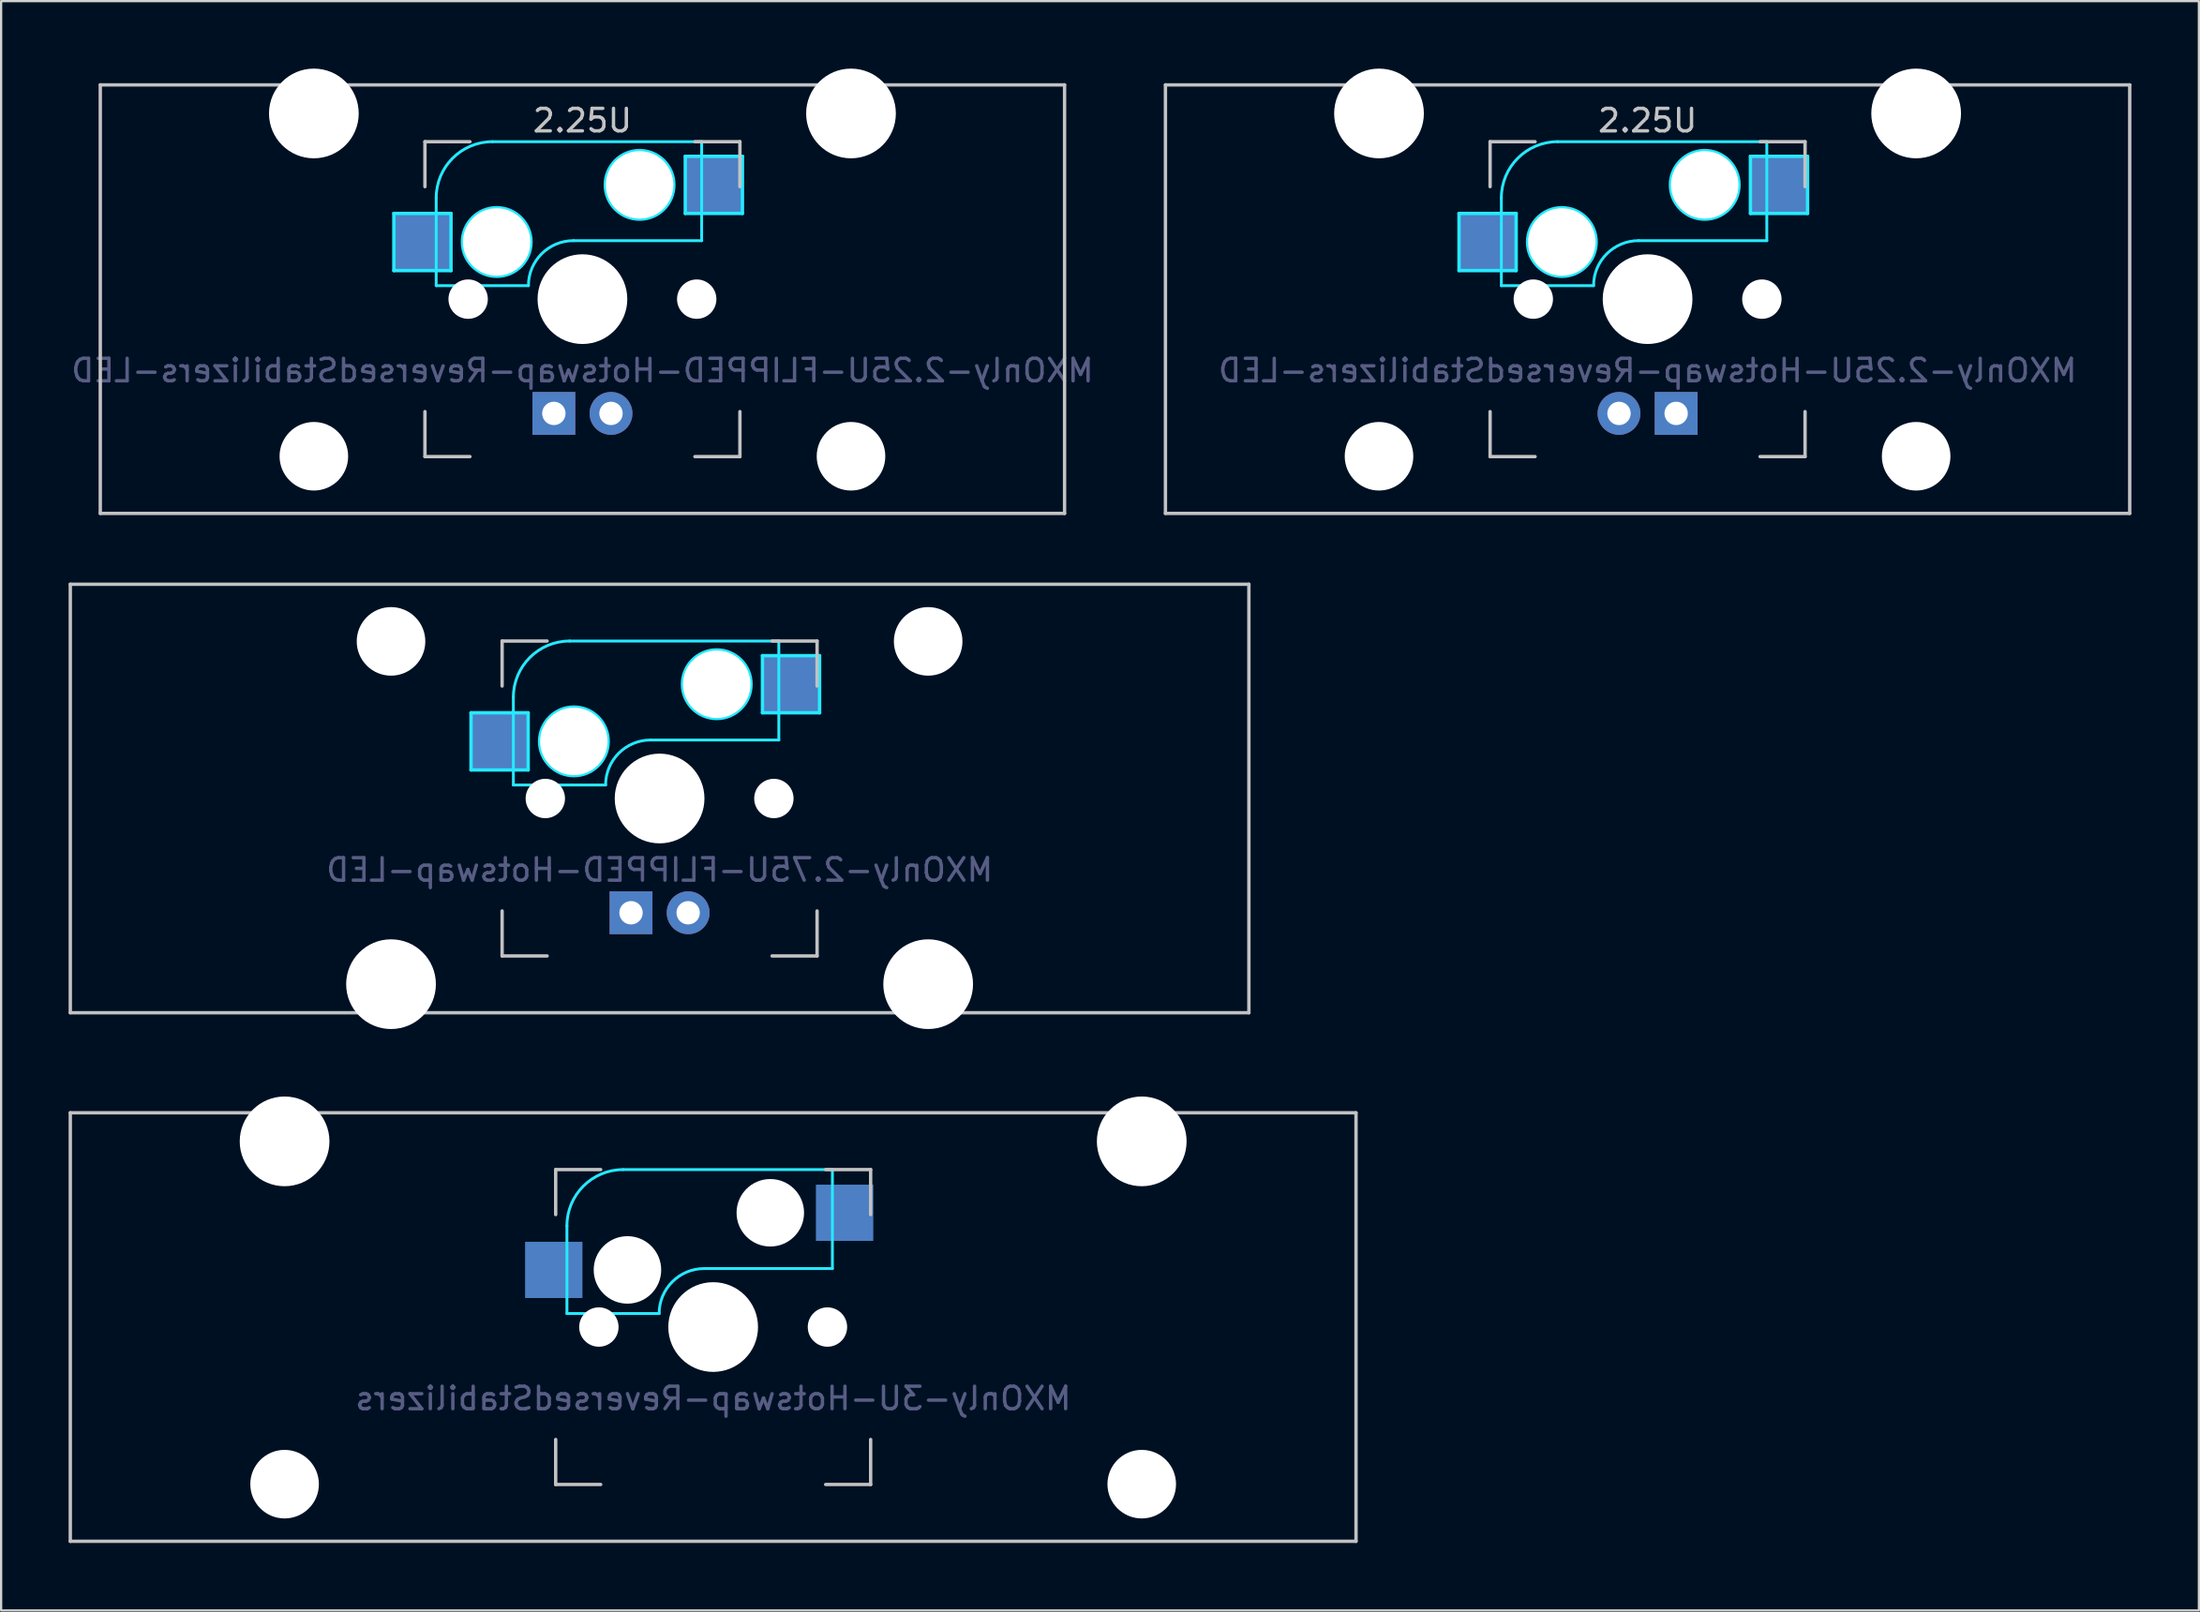
<source format=kicad_pcb>
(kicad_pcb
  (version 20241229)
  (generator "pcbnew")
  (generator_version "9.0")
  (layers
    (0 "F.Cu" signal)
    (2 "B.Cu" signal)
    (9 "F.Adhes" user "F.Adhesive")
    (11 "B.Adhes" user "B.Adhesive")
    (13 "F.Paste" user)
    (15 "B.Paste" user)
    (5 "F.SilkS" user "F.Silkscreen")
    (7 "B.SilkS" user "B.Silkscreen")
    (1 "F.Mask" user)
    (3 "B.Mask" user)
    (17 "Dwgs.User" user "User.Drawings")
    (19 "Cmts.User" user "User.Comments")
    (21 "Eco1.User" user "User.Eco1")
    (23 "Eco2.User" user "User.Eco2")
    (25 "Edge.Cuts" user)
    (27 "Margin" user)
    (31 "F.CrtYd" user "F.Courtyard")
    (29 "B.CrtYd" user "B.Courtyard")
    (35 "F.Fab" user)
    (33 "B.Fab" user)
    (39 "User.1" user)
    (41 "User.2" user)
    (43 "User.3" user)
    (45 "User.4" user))
  (footprint "MXOnly-2.25U-Hotswap-ReversedStabilizers-LED"
    (layer "F.Cu")
    (at 70.185 10.249)
    (property "Reference" "MXOnly-2.25U-Hotswap-ReversedStabilizers-LED" (at 0 3.175 0) (layer "B.Fab") (effects (font (size 1 1) (thickness 0.15)) (justify mirror)))
    (attr through_hole)
    (fp_line (start -21.431 -9.525) (end 21.431 -9.525) (stroke (width 0.15) (type solid)) (layer "Dwgs.User"))
    (fp_line (start -21.431 9.525) (end -21.431 -9.525) (stroke (width 0.15) (type solid)) (layer "Dwgs.User"))
    (fp_line (start -7 -7) (end -7 -5) (stroke (width 0.15) (type solid)) (layer "Dwgs.User"))
    (fp_line (start -7 5) (end -7 7) (stroke (width 0.15) (type solid)) (layer "Dwgs.User"))
    (fp_line (start -7 7) (end -5 7) (stroke (width 0.15) (type solid)) (layer "Dwgs.User"))
    (fp_line (start -5 -7) (end -7 -7) (stroke (width 0.15) (type solid)) (layer "Dwgs.User"))
    (fp_line (start 5 -7) (end 7 -7) (stroke (width 0.15) (type solid)) (layer "Dwgs.User"))
    (fp_line (start 5 7) (end 7 7) (stroke (width 0.15) (type solid)) (layer "Dwgs.User"))
    (fp_line (start 7 -7) (end 7 -5) (stroke (width 0.15) (type solid)) (layer "Dwgs.User"))
    (fp_line (start 7 7) (end 7 5) (stroke (width 0.15) (type solid)) (layer "Dwgs.User"))
    (fp_line (start 21.431 -9.525) (end 21.431 9.525) (stroke (width 0.15) (type solid)) (layer "Dwgs.User"))
    (fp_line (start 21.431 9.525) (end -21.431 9.525) (stroke (width 0.15) (type solid)) (layer "Dwgs.User"))
    (fp_line (start -8.382 -3.81) (end -5.842 -3.81) (stroke (width 0.15) (type solid)) (layer "B.CrtYd"))
    (fp_line (start -8.382 -1.27) (end -8.382 -3.81) (stroke (width 0.15) (type solid)) (layer "B.CrtYd"))
    (fp_line (start -6.5 -4.5) (end -6.5 -0.6) (stroke (width 0.127) (type solid)) (layer "B.CrtYd"))
    (fp_line (start -6.5 -0.6) (end -2.4 -0.6) (stroke (width 0.127) (type solid)) (layer "B.CrtYd"))
    (fp_line (start -5.842 -3.81) (end -5.842 -1.27) (stroke (width 0.15) (type solid)) (layer "B.CrtYd"))
    (fp_line (start -5.842 -1.27) (end -8.382 -1.27) (stroke (width 0.15) (type solid)) (layer "B.CrtYd"))
    (fp_line (start -0.4 -2.6) (end 5.3 -2.6) (stroke (width 0.127) (type solid)) (layer "B.CrtYd"))
    (fp_line (start 4.572 -6.35) (end 7.112 -6.35) (stroke (width 0.15) (type solid)) (layer "B.CrtYd"))
    (fp_line (start 4.572 -3.81) (end 4.572 -6.35) (stroke (width 0.15) (type solid)) (layer "B.CrtYd"))
    (fp_line (start 5.3 -7) (end -4 -7) (stroke (width 0.127) (type solid)) (layer "B.CrtYd"))
    (fp_line (start 5.3 -7) (end 5.3 -2.6) (stroke (width 0.127) (type solid)) (layer "B.CrtYd"))
    (fp_line (start 7.112 -6.35) (end 7.112 -3.81) (stroke (width 0.15) (type solid)) (layer "B.CrtYd"))
    (fp_line (start 7.112 -3.81) (end 4.572 -3.81) (stroke (width 0.15) (type solid)) (layer "B.CrtYd"))
    (fp_arc (start -6.5 -4.5) (mid -5.767767 -6.267767) (end -4 -7) (stroke (width 0.127) (type solid)) (layer "B.CrtYd"))
    (fp_arc (start -2.4 -0.6) (mid -1.814214 -2.014214) (end -0.4 -2.6) (stroke (width 0.127) (type solid)) (layer "B.CrtYd"))
    (fp_circle (center -3.81 -2.54) (end -3.81 -4.064) (stroke (width 0.15) (type solid)) (fill no) (layer "B.CrtYd"))
    (fp_circle (center 2.54 -5.08) (end 2.54 -6.604) (stroke (width 0.15) (type solid)) (fill no) (layer "B.CrtYd"))
    (fp_text user "2.25U" (at 0 -7.938 0) (layer "Dwgs.User") (effects (font (size 1 1) (thickness 0.15))))
    (pad "" np_thru_hole circle (at -11.938 -8.255) (size 3.988 3.988) (drill 3.988) (layers "*.Cu" "*.Mask"))
    (pad "" np_thru_hole circle (at -11.938 6.985) (size 3.048 3.048) (drill 3.048) (layers "*.Cu" "*.Mask"))
    (pad "" np_thru_hole circle (at -5.08 0 48.1) (size 1.75 1.75) (drill 1.75) (layers "*.Cu" "*.Mask"))
    (pad "" np_thru_hole circle (at -3.81 -2.54) (size 3 3) (drill 3) (layers "*.Cu" "*.Mask"))
    (pad "" np_thru_hole circle (at 0 0) (size 3.988 3.988) (drill 3.988) (layers "*.Cu" "*.Mask"))
    (pad "" np_thru_hole circle (at 2.54 -5.08) (size 3 3) (drill 3) (layers "*.Cu" "*.Mask"))
    (pad "" np_thru_hole circle (at 5.08 0 48.1) (size 1.75 1.75) (drill 1.75) (layers "*.Cu" "*.Mask"))
    (pad "" np_thru_hole circle (at 11.938 -8.255) (size 3.988 3.988) (drill 3.988) (layers "*.Cu" "*.Mask"))
    (pad "" np_thru_hole circle (at 11.938 6.985) (size 3.048 3.048) (drill 3.048) (layers "*.Cu" "*.Mask"))
    (pad "1" smd rect (at -7.085 -2.54) (size 2.55 2.5) (layers "B.Cu" "B.Mask" "B.Paste"))
    (pad "2" smd rect (at 5.842 -5.08) (size 2.55 2.5) (layers "B.Cu" "B.Mask" "B.Paste"))
    (pad "3" thru_hole circle (at -1.27 5.08) (size 1.905 1.905) (drill 1.04) (layers "*.Cu" "B.Mask"))
    (pad "4" thru_hole rect (at 1.27 5.08) (size 1.905 1.905) (drill 1.04) (layers "*.Cu" "B.Mask")))
  (footprint "MXOnly-2.25U-FLIPPED-Hotswap-ReversedStabilizers-LED"
    (layer "F.Cu")
    (at 22.839 10.249)
    (property "Reference" "MXOnly-2.25U-FLIPPED-Hotswap-ReversedStabilizers-LED" (at 0 3.175 0) (layer "B.Fab") (effects (font (size 1 1) (thickness 0.15)) (justify mirror)))
    (attr smd)
    (fp_line (start -21.431 -9.525) (end 21.431 -9.525) (stroke (width 0.15) (type solid)) (layer "Dwgs.User"))
    (fp_line (start -21.431 9.525) (end -21.431 -9.525) (stroke (width 0.15) (type solid)) (layer "Dwgs.User"))
    (fp_line (start -7 -7) (end -7 -5) (stroke (width 0.15) (type solid)) (layer "Dwgs.User"))
    (fp_line (start -7 5) (end -7 7) (stroke (width 0.15) (type solid)) (layer "Dwgs.User"))
    (fp_line (start -7 7) (end -5 7) (stroke (width 0.15) (type solid)) (layer "Dwgs.User"))
    (fp_line (start -5 -7) (end -7 -7) (stroke (width 0.15) (type solid)) (layer "Dwgs.User"))
    (fp_line (start 5 -7) (end 7 -7) (stroke (width 0.15) (type solid)) (layer "Dwgs.User"))
    (fp_line (start 5 7) (end 7 7) (stroke (width 0.15) (type solid)) (layer "Dwgs.User"))
    (fp_line (start 7 -7) (end 7 -5) (stroke (width 0.15) (type solid)) (layer "Dwgs.User"))
    (fp_line (start 7 7) (end 7 5) (stroke (width 0.15) (type solid)) (layer "Dwgs.User"))
    (fp_line (start 21.431 -9.525) (end 21.431 9.525) (stroke (width 0.15) (type solid)) (layer "Dwgs.User"))
    (fp_line (start 21.431 9.525) (end -21.431 9.525) (stroke (width 0.15) (type solid)) (layer "Dwgs.User"))
    (fp_line (start -8.382 -3.81) (end -5.842 -3.81) (stroke (width 0.15) (type solid)) (layer "B.CrtYd"))
    (fp_line (start -8.382 -1.27) (end -8.382 -3.81) (stroke (width 0.15) (type solid)) (layer "B.CrtYd"))
    (fp_line (start -6.5 -4.5) (end -6.5 -0.6) (stroke (width 0.127) (type solid)) (layer "B.CrtYd"))
    (fp_line (start -6.5 -0.6) (end -2.4 -0.6) (stroke (width 0.127) (type solid)) (layer "B.CrtYd"))
    (fp_line (start -5.842 -3.81) (end -5.842 -1.27) (stroke (width 0.15) (type solid)) (layer "B.CrtYd"))
    (fp_line (start -5.842 -1.27) (end -8.382 -1.27) (stroke (width 0.15) (type solid)) (layer "B.CrtYd"))
    (fp_line (start -0.4 -2.6) (end 5.3 -2.6) (stroke (width 0.127) (type solid)) (layer "B.CrtYd"))
    (fp_line (start 4.572 -6.35) (end 7.112 -6.35) (stroke (width 0.15) (type solid)) (layer "B.CrtYd"))
    (fp_line (start 4.572 -3.81) (end 4.572 -6.35) (stroke (width 0.15) (type solid)) (layer "B.CrtYd"))
    (fp_line (start 5.3 -7) (end -4 -7) (stroke (width 0.127) (type solid)) (layer "B.CrtYd"))
    (fp_line (start 5.3 -7) (end 5.3 -2.6) (stroke (width 0.127) (type solid)) (layer "B.CrtYd"))
    (fp_line (start 7.112 -6.35) (end 7.112 -3.81) (stroke (width 0.15) (type solid)) (layer "B.CrtYd"))
    (fp_line (start 7.112 -3.81) (end 4.572 -3.81) (stroke (width 0.15) (type solid)) (layer "B.CrtYd"))
    (fp_arc (start -6.5 -4.5) (mid -5.767767 -6.267767) (end -4 -7) (stroke (width 0.127) (type solid)) (layer "B.CrtYd"))
    (fp_arc (start -2.4 -0.6) (mid -1.814214 -2.014214) (end -0.4 -2.6) (stroke (width 0.127) (type solid)) (layer "B.CrtYd"))
    (fp_circle (center -3.81 -2.54) (end -3.81 -4.064) (stroke (width 0.15) (type solid)) (fill no) (layer "B.CrtYd"))
    (fp_circle (center 2.54 -5.08) (end 2.54 -6.604) (stroke (width 0.15) (type solid)) (fill no) (layer "B.CrtYd"))
    (fp_text user "2.25U" (at 0 -7.938 0) (layer "Dwgs.User") (effects (font (size 1 1) (thickness 0.15))))
    (pad "" np_thru_hole circle (at -11.938 -8.255) (size 3.988 3.988) (drill 3.988) (layers "*.Cu" "*.Mask"))
    (pad "" np_thru_hole circle (at -11.938 6.985) (size 3.048 3.048) (drill 3.048) (layers "*.Cu" "*.Mask"))
    (pad "" np_thru_hole circle (at -5.08 0 48.1) (size 1.75 1.75) (drill 1.75) (layers "*.Cu" "*.Mask"))
    (pad "" np_thru_hole circle (at -3.81 -2.54) (size 3 3) (drill 3) (layers "*.Cu" "*.Mask"))
    (pad "" np_thru_hole circle (at 0 0) (size 3.988 3.988) (drill 3.988) (layers "*.Cu" "*.Mask"))
    (pad "" np_thru_hole circle (at 2.54 -5.08) (size 3 3) (drill 3) (layers "*.Cu" "*.Mask"))
    (pad "" np_thru_hole circle (at 5.08 0 48.1) (size 1.75 1.75) (drill 1.75) (layers "*.Cu" "*.Mask"))
    (pad "" np_thru_hole circle (at 11.938 -8.255) (size 3.988 3.988) (drill 3.988) (layers "*.Cu" "*.Mask"))
    (pad "" np_thru_hole circle (at 11.938 6.985) (size 3.048 3.048) (drill 3.048) (layers "*.Cu" "*.Mask"))
    (pad "1" smd rect (at -7.085 -2.54) (size 2.55 2.5) (layers "B.Cu" "B.Mask" "B.Paste"))
    (pad "2" smd rect (at 5.842 -5.08) (size 2.55 2.5) (layers "B.Cu" "B.Mask" "B.Paste"))
    (pad "3" thru_hole circle (at 1.27 5.08) (size 1.905 1.905) (drill 1.04) (layers "*.Cu" "B.Mask"))
    (pad "4" thru_hole rect (at -1.27 5.08) (size 1.905 1.905) (drill 1.04) (layers "*.Cu" "B.Mask")))
  (footprint "MXOnly-2.75U-FLIPPED-Hotswap-LED"
    (layer "F.Cu")
    (at 26.269 32.449)
    (property "Reference" "MXOnly-2.75U-FLIPPED-Hotswap-LED" (at 0 3.175 0) (layer "B.Fab") (effects (font (size 1 1) (thickness 0.15)) (justify mirror)))
    (attr smd)
    (fp_line (start -26.194 -9.525) (end 26.194 -9.525) (stroke (width 0.15) (type solid)) (layer "Dwgs.User"))
    (fp_line (start -26.194 9.525) (end -26.194 -9.525) (stroke (width 0.15) (type solid)) (layer "Dwgs.User"))
    (fp_line (start -7 -7) (end -7 -5) (stroke (width 0.15) (type solid)) (layer "Dwgs.User"))
    (fp_line (start -7 5) (end -7 7) (stroke (width 0.15) (type solid)) (layer "Dwgs.User"))
    (fp_line (start -7 7) (end -5 7) (stroke (width 0.15) (type solid)) (layer "Dwgs.User"))
    (fp_line (start -5 -7) (end -7 -7) (stroke (width 0.15) (type solid)) (layer "Dwgs.User"))
    (fp_line (start 5 -7) (end 7 -7) (stroke (width 0.15) (type solid)) (layer "Dwgs.User"))
    (fp_line (start 5 7) (end 7 7) (stroke (width 0.15) (type solid)) (layer "Dwgs.User"))
    (fp_line (start 7 -7) (end 7 -5) (stroke (width 0.15) (type solid)) (layer "Dwgs.User"))
    (fp_line (start 7 7) (end 7 5) (stroke (width 0.15) (type solid)) (layer "Dwgs.User"))
    (fp_line (start 26.194 -9.525) (end 26.194 9.525) (stroke (width 0.15) (type solid)) (layer "Dwgs.User"))
    (fp_line (start 26.194 9.525) (end -26.194 9.525) (stroke (width 0.15) (type solid)) (layer "Dwgs.User"))
    (fp_line (start -8.382 -3.81) (end -5.842 -3.81) (stroke (width 0.15) (type solid)) (layer "B.CrtYd"))
    (fp_line (start -8.382 -1.27) (end -8.382 -3.81) (stroke (width 0.15) (type solid)) (layer "B.CrtYd"))
    (fp_line (start -6.5 -4.5) (end -6.5 -0.6) (stroke (width 0.127) (type solid)) (layer "B.CrtYd"))
    (fp_line (start -6.5 -0.6) (end -2.4 -0.6) (stroke (width 0.127) (type solid)) (layer "B.CrtYd"))
    (fp_line (start -5.842 -3.81) (end -5.842 -1.27) (stroke (width 0.15) (type solid)) (layer "B.CrtYd"))
    (fp_line (start -5.842 -1.27) (end -8.382 -1.27) (stroke (width 0.15) (type solid)) (layer "B.CrtYd"))
    (fp_line (start -0.4 -2.6) (end 5.3 -2.6) (stroke (width 0.127) (type solid)) (layer "B.CrtYd"))
    (fp_line (start 4.572 -6.35) (end 7.112 -6.35) (stroke (width 0.15) (type solid)) (layer "B.CrtYd"))
    (fp_line (start 4.572 -3.81) (end 4.572 -6.35) (stroke (width 0.15) (type solid)) (layer "B.CrtYd"))
    (fp_line (start 5.3 -7) (end -4 -7) (stroke (width 0.127) (type solid)) (layer "B.CrtYd"))
    (fp_line (start 5.3 -7) (end 5.3 -2.6) (stroke (width 0.127) (type solid)) (layer "B.CrtYd"))
    (fp_line (start 7.112 -6.35) (end 7.112 -3.81) (stroke (width 0.15) (type solid)) (layer "B.CrtYd"))
    (fp_line (start 7.112 -3.81) (end 4.572 -3.81) (stroke (width 0.15) (type solid)) (layer "B.CrtYd"))
    (fp_arc (start -6.5 -4.5) (mid -5.767767 -6.267767) (end -4 -7) (stroke (width 0.127) (type solid)) (layer "B.CrtYd"))
    (fp_arc (start -2.4 -0.6) (mid -1.814214 -2.014214) (end -0.4 -2.6) (stroke (width 0.127) (type solid)) (layer "B.CrtYd"))
    (fp_circle (center -3.81 -2.54) (end -3.81 -4.064) (stroke (width 0.15) (type solid)) (fill no) (layer "B.CrtYd"))
    (fp_circle (center 2.54 -5.08) (end 2.54 -6.604) (stroke (width 0.15) (type solid)) (fill no) (layer "B.CrtYd"))
    (pad "" np_thru_hole circle (at -11.938 -6.985) (size 3.048 3.048) (drill 3.048) (layers "*.Cu" "*.Mask"))
    (pad "" np_thru_hole circle (at -11.938 8.255) (size 3.988 3.988) (drill 3.988) (layers "*.Cu" "*.Mask"))
    (pad "" np_thru_hole circle (at -5.08 0 48.1) (size 1.75 1.75) (drill 1.75) (layers "*.Cu" "*.Mask"))
    (pad "" np_thru_hole circle (at -3.81 -2.54) (size 3 3) (drill 3) (layers "*.Cu" "*.Mask"))
    (pad "" np_thru_hole circle (at 0 0) (size 3.988 3.988) (drill 3.988) (layers "*.Cu" "*.Mask"))
    (pad "" np_thru_hole circle (at 2.54 -5.08) (size 3 3) (drill 3) (layers "*.Cu" "*.Mask"))
    (pad "" np_thru_hole circle (at 5.08 0 48.1) (size 1.75 1.75) (drill 1.75) (layers "*.Cu" "*.Mask"))
    (pad "" np_thru_hole circle (at 11.938 -6.985) (size 3.048 3.048) (drill 3.048) (layers "*.Cu" "*.Mask"))
    (pad "" np_thru_hole circle (at 11.938 8.255) (size 3.988 3.988) (drill 3.988) (layers "*.Cu" "*.Mask"))
    (pad "1" smd rect (at -7.085 -2.54) (size 2.55 2.5) (layers "B.Cu" "B.Mask" "B.Paste"))
    (pad "2" smd rect (at 5.842 -5.08) (size 2.55 2.5) (layers "B.Cu" "B.Mask" "B.Paste"))
    (pad "3" thru_hole circle (at 1.27 5.08 180) (size 1.905 1.905) (drill 1.04) (layers "*.Cu" "B.Mask"))
    (pad "4" thru_hole rect (at -1.27 5.08 180) (size 1.905 1.905) (drill 1.04) (layers "*.Cu" "B.Mask")))
  (footprint "MXOnly-3U-Hotswap-ReversedStabilizers"
    (layer "F.Cu")
    (at 28.65 55.947)
    (property "Reference" "MXOnly-3U-Hotswap-ReversedStabilizers" (at 0 3.175 0) (layer "B.Fab") (effects (font (size 1 1) (thickness 0.15)) (justify mirror)))
    (attr through_hole)
    (fp_line (start -28.575 -9.525) (end 28.575 -9.525) (stroke (width 0.15) (type solid)) (layer "Dwgs.User"))
    (fp_line (start -28.575 9.525) (end -28.575 -9.525) (stroke (width 0.15) (type solid)) (layer "Dwgs.User"))
    (fp_line (start -28.575 9.525) (end 28.575 9.525) (stroke (width 0.15) (type solid)) (layer "Dwgs.User"))
    (fp_line (start -7 -7) (end -7 -5) (stroke (width 0.15) (type solid)) (layer "Dwgs.User"))
    (fp_line (start -7 5) (end -7 7) (stroke (width 0.15) (type solid)) (layer "Dwgs.User"))
    (fp_line (start -7 7) (end -5 7) (stroke (width 0.15) (type solid)) (layer "Dwgs.User"))
    (fp_line (start -5 -7) (end -7 -7) (stroke (width 0.15) (type solid)) (layer "Dwgs.User"))
    (fp_line (start 5 -7) (end 7 -7) (stroke (width 0.15) (type solid)) (layer "Dwgs.User"))
    (fp_line (start 5 7) (end 7 7) (stroke (width 0.15) (type solid)) (layer "Dwgs.User"))
    (fp_line (start 7 -7) (end 7 -5) (stroke (width 0.15) (type solid)) (layer "Dwgs.User"))
    (fp_line (start 7 7) (end 7 5) (stroke (width 0.15) (type solid)) (layer "Dwgs.User"))
    (fp_line (start 28.575 -9.525) (end 28.575 9.525) (stroke (width 0.15) (type solid)) (layer "Dwgs.User"))
    (fp_line (start -6.5 -4.5) (end -6.5 -0.6) (stroke (width 0.127) (type solid)) (layer "B.CrtYd"))
    (fp_line (start -6.5 -0.6) (end -2.4 -0.6) (stroke (width 0.127) (type solid)) (layer "B.CrtYd"))
    (fp_line (start -0.4 -2.6) (end 5.3 -2.6) (stroke (width 0.127) (type solid)) (layer "B.CrtYd"))
    (fp_line (start 5.3 -7) (end -4 -7) (stroke (width 0.127) (type solid)) (layer "B.CrtYd"))
    (fp_line (start 5.3 -7) (end 5.3 -2.6) (stroke (width 0.127) (type solid)) (layer "B.CrtYd"))
    (fp_arc (start -6.5 -4.5) (mid -5.767767 -6.267767) (end -4 -7) (stroke (width 0.127) (type solid)) (layer "B.CrtYd"))
    (fp_arc (start -2.4 -0.6) (mid -1.814214 -2.014214) (end -0.4 -2.6) (stroke (width 0.127) (type solid)) (layer "B.CrtYd"))
    (pad "" np_thru_hole circle (at -19.05 -8.255) (size 3.988 3.988) (drill 3.988) (layers "*.Cu" "*.Mask"))
    (pad "" np_thru_hole circle (at -19.05 6.985) (size 3.048 3.048) (drill 3.048) (layers "*.Cu" "*.Mask"))
    (pad "" np_thru_hole circle (at -5.08 0 48.1) (size 1.75 1.75) (drill 1.75) (layers "*.Cu" "*.Mask"))
    (pad "" np_thru_hole circle (at -3.81 -2.54) (size 3 3) (drill 3) (layers "*.Cu" "*.Mask"))
    (pad "" np_thru_hole circle (at 0 0) (size 3.988 3.988) (drill 3.988) (layers "*.Cu" "*.Mask"))
    (pad "" np_thru_hole circle (at 2.54 -5.08) (size 3 3) (drill 3) (layers "*.Cu" "*.Mask"))
    (pad "" np_thru_hole circle (at 5.08 0 48.1) (size 1.75 1.75) (drill 1.75) (layers "*.Cu" "*.Mask"))
    (pad "" np_thru_hole circle (at 19.05 -8.255) (size 3.988 3.988) (drill 3.988) (layers "*.Cu" "*.Mask"))
    (pad "" np_thru_hole circle (at 19.05 6.985) (size 3.048 3.048) (drill 3.048) (layers "*.Cu" "*.Mask"))
    (pad "1" smd rect (at -7.085 -2.54) (size 2.55 2.5) (layers "B.Cu" "B.Mask" "B.Paste"))
    (pad "2" smd rect (at 5.842 -5.08) (size 2.55 2.5) (layers "B.Cu" "B.Mask" "B.Paste")))
  (gr_rect
    (start -3 -3)
    (end 94.691 68.547)
    (stroke (width 0.1) (type default))
    (fill no)
    (layer "Edge.Cuts")))
</source>
